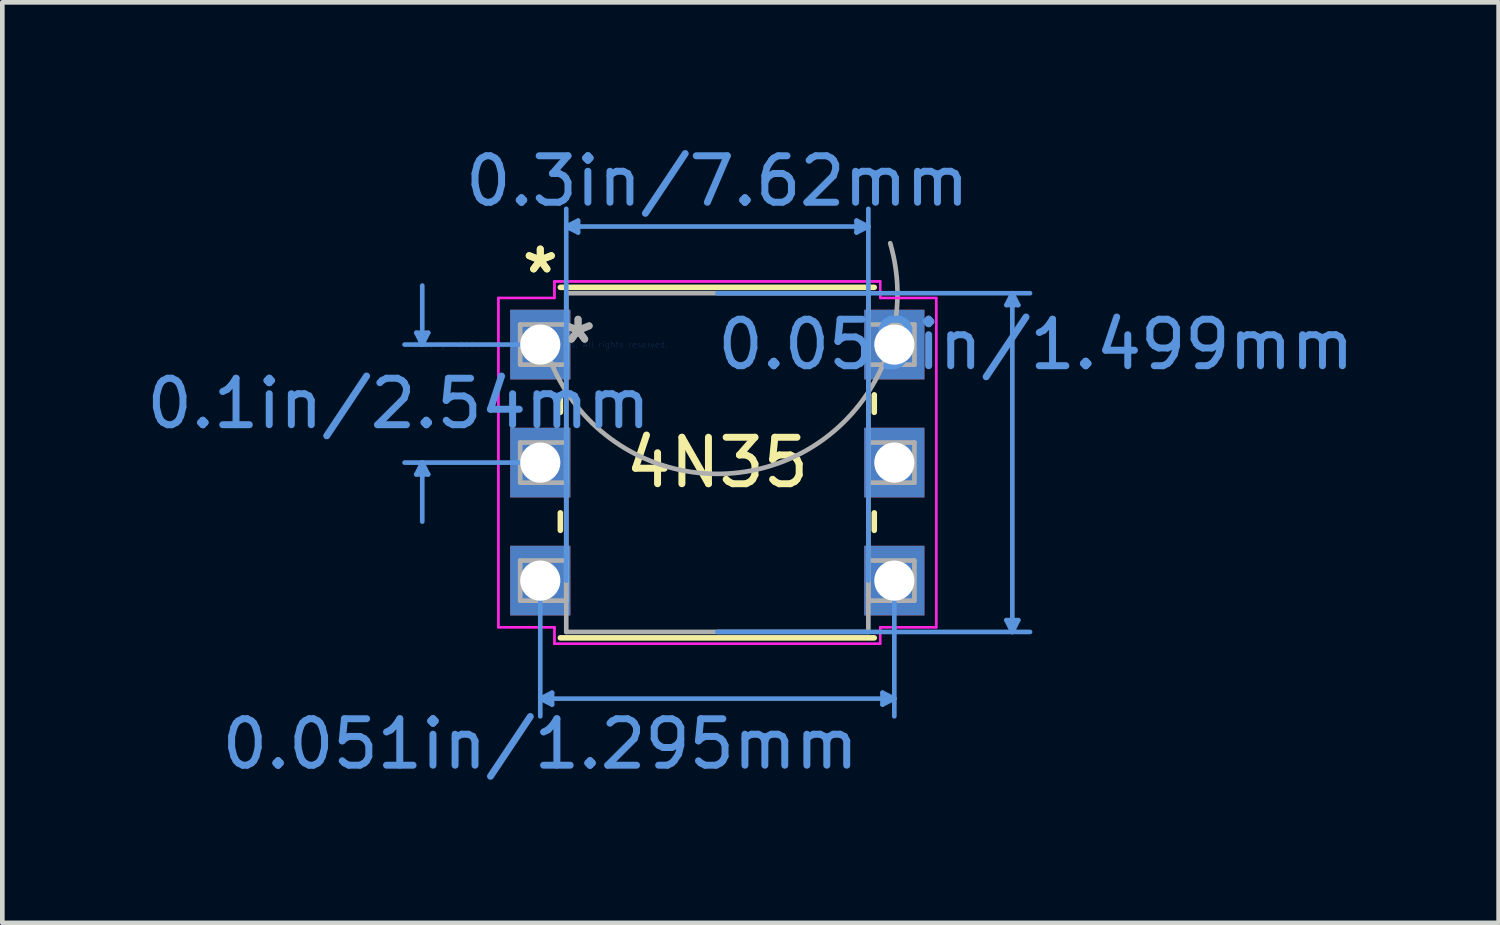
<source format=kicad_pcb>
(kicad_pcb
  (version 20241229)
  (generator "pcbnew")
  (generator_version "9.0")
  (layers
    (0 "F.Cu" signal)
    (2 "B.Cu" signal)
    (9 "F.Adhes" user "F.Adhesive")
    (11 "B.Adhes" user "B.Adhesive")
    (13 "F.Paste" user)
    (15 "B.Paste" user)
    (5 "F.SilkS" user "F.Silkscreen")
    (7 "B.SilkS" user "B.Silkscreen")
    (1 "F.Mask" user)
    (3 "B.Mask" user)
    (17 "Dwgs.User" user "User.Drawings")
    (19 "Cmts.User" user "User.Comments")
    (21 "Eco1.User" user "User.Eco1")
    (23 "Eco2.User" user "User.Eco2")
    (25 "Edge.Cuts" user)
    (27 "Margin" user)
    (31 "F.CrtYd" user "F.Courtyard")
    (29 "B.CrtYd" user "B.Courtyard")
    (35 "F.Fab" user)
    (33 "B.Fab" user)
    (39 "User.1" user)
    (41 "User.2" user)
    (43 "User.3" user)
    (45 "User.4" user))
  (footprint "4N35"
    (layer "F.Cu")
    (at 8.578 4.366)
    (property "Reference" "4N35" (at 3.81 2.54 0) (layer "F.SilkS") (effects (font (size 1 1) (thickness 0.15))))
    (attr through_hole)
    (fp_line (start 0.432 1.082) (end 0.432 1.458) (stroke (width 0.12) (type solid)) (layer "F.SilkS"))
    (fp_line (start 0.432 3.622) (end 0.432 3.998) (stroke (width 0.12) (type solid)) (layer "F.SilkS"))
    (fp_line (start 0.432 6.312) (end 7.188 6.312) (stroke (width 0.12) (type solid)) (layer "F.SilkS"))
    (fp_line (start 7.188 -1.232) (end 0.432 -1.232) (stroke (width 0.12) (type solid)) (layer "F.SilkS"))
    (fp_line (start 7.188 1.458) (end 7.188 1.082) (stroke (width 0.12) (type solid)) (layer "F.SilkS"))
    (fp_line (start 7.188 3.998) (end 7.188 3.622) (stroke (width 0.12) (type solid)) (layer "F.SilkS"))
    (fp_line (start -2.667 -0.254) (end -2.413 -0.254) (stroke (width 0.1) (type solid)) (layer "Cmts.User"))
    (fp_line (start -2.667 2.794) (end -2.413 2.794) (stroke (width 0.1) (type solid)) (layer "Cmts.User"))
    (fp_line (start -2.54 0) (end -2.667 -0.254) (stroke (width 0.1) (type solid)) (layer "Cmts.User"))
    (fp_line (start -2.54 0) (end -2.54 -1.27) (stroke (width 0.1) (type solid)) (layer "Cmts.User"))
    (fp_line (start -2.54 0) (end -2.413 -0.254) (stroke (width 0.1) (type solid)) (layer "Cmts.User"))
    (fp_line (start -2.54 2.54) (end -2.667 2.794) (stroke (width 0.1) (type solid)) (layer "Cmts.User"))
    (fp_line (start -2.54 2.54) (end -2.54 3.81) (stroke (width 0.1) (type solid)) (layer "Cmts.User"))
    (fp_line (start -2.54 2.54) (end -2.413 2.794) (stroke (width 0.1) (type solid)) (layer "Cmts.User"))
    (fp_line (start 0 0) (end -2.921 0) (stroke (width 0.1) (type solid)) (layer "Cmts.User"))
    (fp_line (start 0 2.54) (end -2.921 2.54) (stroke (width 0.1) (type solid)) (layer "Cmts.User"))
    (fp_line (start 0 5.08) (end 0 8.001) (stroke (width 0.1) (type solid)) (layer "Cmts.User"))
    (fp_line (start 0 7.62) (end 0.254 7.493) (stroke (width 0.1) (type solid)) (layer "Cmts.User"))
    (fp_line (start 0 7.62) (end 0.254 7.747) (stroke (width 0.1) (type solid)) (layer "Cmts.User"))
    (fp_line (start 0 7.62) (end 7.62 7.62) (stroke (width 0.1) (type solid)) (layer "Cmts.User"))
    (fp_line (start 0.254 7.493) (end 0.254 7.747) (stroke (width 0.1) (type solid)) (layer "Cmts.User"))
    (fp_line (start 0.559 -2.54) (end 0.813 -2.667) (stroke (width 0.1) (type solid)) (layer "Cmts.User"))
    (fp_line (start 0.559 -2.54) (end 0.813 -2.413) (stroke (width 0.1) (type solid)) (layer "Cmts.User"))
    (fp_line (start 0.559 -2.54) (end 7.061 -2.54) (stroke (width 0.1) (type solid)) (layer "Cmts.User"))
    (fp_line (start 0.559 5.08) (end 0.559 -2.921) (stroke (width 0.1) (type solid)) (layer "Cmts.User"))
    (fp_line (start 0.813 -2.667) (end 0.813 -2.413) (stroke (width 0.1) (type solid)) (layer "Cmts.User"))
    (fp_line (start 3.81 -1.105) (end 10.541 -1.105) (stroke (width 0.1) (type solid)) (layer "Cmts.User"))
    (fp_line (start 3.81 6.185) (end 10.541 6.185) (stroke (width 0.1) (type solid)) (layer "Cmts.User"))
    (fp_line (start 6.807 -2.667) (end 6.807 -2.413) (stroke (width 0.1) (type solid)) (layer "Cmts.User"))
    (fp_line (start 7.061 -2.54) (end 6.807 -2.667) (stroke (width 0.1) (type solid)) (layer "Cmts.User"))
    (fp_line (start 7.061 -2.54) (end 6.807 -2.413) (stroke (width 0.1) (type solid)) (layer "Cmts.User"))
    (fp_line (start 7.061 5.08) (end 7.061 -2.921) (stroke (width 0.1) (type solid)) (layer "Cmts.User"))
    (fp_line (start 7.366 7.493) (end 7.366 7.747) (stroke (width 0.1) (type solid)) (layer "Cmts.User"))
    (fp_line (start 7.62 5.08) (end 7.62 8.001) (stroke (width 0.1) (type solid)) (layer "Cmts.User"))
    (fp_line (start 7.62 7.62) (end 7.366 7.493) (stroke (width 0.1) (type solid)) (layer "Cmts.User"))
    (fp_line (start 7.62 7.62) (end 7.366 7.747) (stroke (width 0.1) (type solid)) (layer "Cmts.User"))
    (fp_line (start 10.033 -0.851) (end 10.287 -0.851) (stroke (width 0.1) (type solid)) (layer "Cmts.User"))
    (fp_line (start 10.033 5.931) (end 10.287 5.931) (stroke (width 0.1) (type solid)) (layer "Cmts.User"))
    (fp_line (start 10.16 -1.105) (end 10.033 -0.851) (stroke (width 0.1) (type solid)) (layer "Cmts.User"))
    (fp_line (start 10.16 -1.105) (end 10.16 6.185) (stroke (width 0.1) (type solid)) (layer "Cmts.User"))
    (fp_line (start 10.16 -1.105) (end 10.287 -0.851) (stroke (width 0.1) (type solid)) (layer "Cmts.User"))
    (fp_line (start 10.16 6.185) (end 10.033 5.931) (stroke (width 0.1) (type solid)) (layer "Cmts.User"))
    (fp_line (start 10.16 6.185) (end 10.287 5.931) (stroke (width 0.1) (type solid)) (layer "Cmts.User"))
    (fp_line (start -0.902 -1.003) (end -0.902 6.083) (stroke (width 0.05) (type solid)) (layer "F.CrtYd"))
    (fp_line (start -0.902 -1.003) (end 0.305 -1.003) (stroke (width 0.05) (type solid)) (layer "F.CrtYd"))
    (fp_line (start -0.902 6.083) (end -0.902 -1.003) (stroke (width 0.05) (type solid)) (layer "F.CrtYd"))
    (fp_line (start -0.902 6.083) (end 0.305 6.083) (stroke (width 0.05) (type solid)) (layer "F.CrtYd"))
    (fp_line (start 0.305 -1.359) (end 0.305 -1.003) (stroke (width 0.05) (type solid)) (layer "F.CrtYd"))
    (fp_line (start 0.305 -1.359) (end 7.315 -1.359) (stroke (width 0.05) (type solid)) (layer "F.CrtYd"))
    (fp_line (start 0.305 -1.003) (end -0.902 -1.003) (stroke (width 0.05) (type solid)) (layer "F.CrtYd"))
    (fp_line (start 0.305 -1.003) (end 0.305 -1.359) (stroke (width 0.05) (type solid)) (layer "F.CrtYd"))
    (fp_line (start 0.305 6.083) (end -0.902 6.083) (stroke (width 0.05) (type solid)) (layer "F.CrtYd"))
    (fp_line (start 0.305 6.083) (end 0.305 6.439) (stroke (width 0.05) (type solid)) (layer "F.CrtYd"))
    (fp_line (start 0.305 6.439) (end 0.305 6.083) (stroke (width 0.05) (type solid)) (layer "F.CrtYd"))
    (fp_line (start 0.305 6.439) (end 7.315 6.439) (stroke (width 0.05) (type solid)) (layer "F.CrtYd"))
    (fp_line (start 7.315 -1.359) (end 0.305 -1.359) (stroke (width 0.05) (type solid)) (layer "F.CrtYd"))
    (fp_line (start 7.315 -1.359) (end 7.315 -1.003) (stroke (width 0.05) (type solid)) (layer "F.CrtYd"))
    (fp_line (start 7.315 -1.003) (end 7.315 -1.359) (stroke (width 0.05) (type solid)) (layer "F.CrtYd"))
    (fp_line (start 7.315 6.083) (end 7.315 6.439) (stroke (width 0.05) (type solid)) (layer "F.CrtYd"))
    (fp_line (start 7.315 6.083) (end 8.522 6.083) (stroke (width 0.05) (type solid)) (layer "F.CrtYd"))
    (fp_line (start 7.315 6.439) (end 0.305 6.439) (stroke (width 0.05) (type solid)) (layer "F.CrtYd"))
    (fp_line (start 7.315 6.439) (end 7.315 6.083) (stroke (width 0.05) (type solid)) (layer "F.CrtYd"))
    (fp_line (start 8.522 -1.003) (end 7.315 -1.003) (stroke (width 0.05) (type solid)) (layer "F.CrtYd"))
    (fp_line (start 8.522 -1.003) (end 7.315 -1.003) (stroke (width 0.05) (type solid)) (layer "F.CrtYd"))
    (fp_line (start 8.522 -1.003) (end 8.522 6.083) (stroke (width 0.05) (type solid)) (layer "F.CrtYd"))
    (fp_line (start 8.522 6.083) (end 7.315 6.083) (stroke (width 0.05) (type solid)) (layer "F.CrtYd"))
    (fp_line (start 8.522 6.083) (end 8.522 -1.003) (stroke (width 0.05) (type solid)) (layer "F.CrtYd"))
    (fp_line (start -0.432 -0.432) (end -0.432 0.432) (stroke (width 0.1) (type solid)) (layer "F.Fab"))
    (fp_line (start -0.432 0.432) (end 0.559 0.432) (stroke (width 0.1) (type solid)) (layer "F.Fab"))
    (fp_line (start -0.432 2.108) (end -0.432 2.972) (stroke (width 0.1) (type solid)) (layer "F.Fab"))
    (fp_line (start -0.432 2.972) (end 0.559 2.972) (stroke (width 0.1) (type solid)) (layer "F.Fab"))
    (fp_line (start -0.432 4.648) (end -0.432 5.512) (stroke (width 0.1) (type solid)) (layer "F.Fab"))
    (fp_line (start -0.432 5.512) (end 0.559 5.512) (stroke (width 0.1) (type solid)) (layer "F.Fab"))
    (fp_line (start 0.559 -1.105) (end 0.559 6.185) (stroke (width 0.1) (type solid)) (layer "F.Fab"))
    (fp_line (start 0.559 -0.432) (end -0.432 -0.432) (stroke (width 0.1) (type solid)) (layer "F.Fab"))
    (fp_line (start 0.559 0.432) (end 0.559 -0.432) (stroke (width 0.1) (type solid)) (layer "F.Fab"))
    (fp_line (start 0.559 2.108) (end -0.432 2.108) (stroke (width 0.1) (type solid)) (layer "F.Fab"))
    (fp_line (start 0.559 2.972) (end 0.559 2.108) (stroke (width 0.1) (type solid)) (layer "F.Fab"))
    (fp_line (start 0.559 4.648) (end -0.432 4.648) (stroke (width 0.1) (type solid)) (layer "F.Fab"))
    (fp_line (start 0.559 5.512) (end 0.559 4.648) (stroke (width 0.1) (type solid)) (layer "F.Fab"))
    (fp_line (start 0.559 6.185) (end 7.061 6.185) (stroke (width 0.1) (type solid)) (layer "F.Fab"))
    (fp_line (start 7.061 -1.105) (end 0.559 -1.105) (stroke (width 0.1) (type solid)) (layer "F.Fab"))
    (fp_line (start 7.061 -0.432) (end 7.061 0.432) (stroke (width 0.1) (type solid)) (layer "F.Fab"))
    (fp_line (start 7.061 0.432) (end 8.052 0.432) (stroke (width 0.1) (type solid)) (layer "F.Fab"))
    (fp_line (start 7.061 2.108) (end 7.061 2.972) (stroke (width 0.1) (type solid)) (layer "F.Fab"))
    (fp_line (start 7.061 2.972) (end 8.052 2.972) (stroke (width 0.1) (type solid)) (layer "F.Fab"))
    (fp_line (start 7.061 4.648) (end 7.061 5.512) (stroke (width 0.1) (type solid)) (layer "F.Fab"))
    (fp_line (start 7.061 5.512) (end 8.052 5.512) (stroke (width 0.1) (type solid)) (layer "F.Fab"))
    (fp_line (start 7.061 6.185) (end 7.061 -1.105) (stroke (width 0.1) (type solid)) (layer "F.Fab"))
    (fp_line (start 8.052 -0.432) (end 7.061 -0.432) (stroke (width 0.1) (type solid)) (layer "F.Fab"))
    (fp_line (start 8.052 0.432) (end 8.052 -0.432) (stroke (width 0.1) (type solid)) (layer "F.Fab"))
    (fp_line (start 8.052 2.108) (end 7.061 2.108) (stroke (width 0.1) (type solid)) (layer "F.Fab"))
    (fp_line (start 8.052 2.972) (end 8.052 2.108) (stroke (width 0.1) (type solid)) (layer "F.Fab"))
    (fp_line (start 8.052 4.648) (end 7.061 4.648) (stroke (width 0.1) (type solid)) (layer "F.Fab"))
    (fp_line (start 8.052 5.512) (end 8.052 4.648) (stroke (width 0.1) (type solid)) (layer "F.Fab"))
    (fp_arc (start 7.530968 -2.181736) (mid 4.886836 2.616068) (end 0.089032 -0.028064) (stroke (width 0.1) (type solid)) (layer "F.Fab"))
    (fp_text user "*" (at 0 -1.511 0) (layer "F.SilkS") (effects (font (size 1 1) (thickness 0.15))))
    (fp_text user "*" (at 0 -1.511 0) (layer "F.SilkS") (effects (font (size 1 1) (thickness 0.15))))
    (fp_text user "Copyright 2021 Accelerated Designs. All rights reserved." (at 0 0 0) (layer "Cmts.User") (effects (font (size 0.127 0.127) (thickness 0.002))))
    (fp_text user "0.059in/1.499mm" (at 10.668 0 0) (layer "Cmts.User") (effects (font (size 1 1) (thickness 0.15))))
    (fp_text user "0.1in/2.54mm" (at -3.048 1.27 0) (layer "Cmts.User") (effects (font (size 1 1) (thickness 0.15))))
    (fp_text user "0.051in/1.295mm" (at 0 8.598 0) (layer "Cmts.User") (effects (font (size 1 1) (thickness 0.15))))
    (fp_text user "0.3in/7.62mm" (at 3.81 -3.518 0) (layer "Cmts.User") (effects (font (size 1 1) (thickness 0.15))))
    (fp_text user "*" (at 0.813 0 0) (layer "F.Fab") (effects (font (size 1 1) (thickness 0.15))))
    (fp_text user "*" (at 0.813 0 0) (layer "F.Fab") (effects (font (size 1 1) (thickness 0.15))))
    (pad "1" thru_hole rect (at 0 0) (size 1.295 1.499) (drill 0.864) (layers "*.Cu" "*.Mask"))
    (pad "2" thru_hole rect (at 0 2.54) (size 1.295 1.499) (drill 0.864) (layers "*.Cu" "*.Mask"))
    (pad "3" thru_hole rect (at 0 5.08) (size 1.295 1.499) (drill 0.864) (layers "*.Cu" "*.Mask"))
    (pad "4" thru_hole rect (at 7.62 5.08) (size 1.295 1.499) (drill 0.864) (layers "*.Cu" "*.Mask"))
    (pad "5" thru_hole rect (at 7.62 2.54) (size 1.295 1.499) (drill 0.864) (layers "*.Cu" "*.Mask"))
    (pad "6" thru_hole rect (at 7.62 0) (size 1.295 1.499) (drill 0.864) (layers "*.Cu" "*.Mask")))
  (gr_rect
    (start -3 -3)
    (end 29.204 16.812)
    (stroke (width 0.1) (type default))
    (fill no)
    (layer "Edge.Cuts")))
</source>
